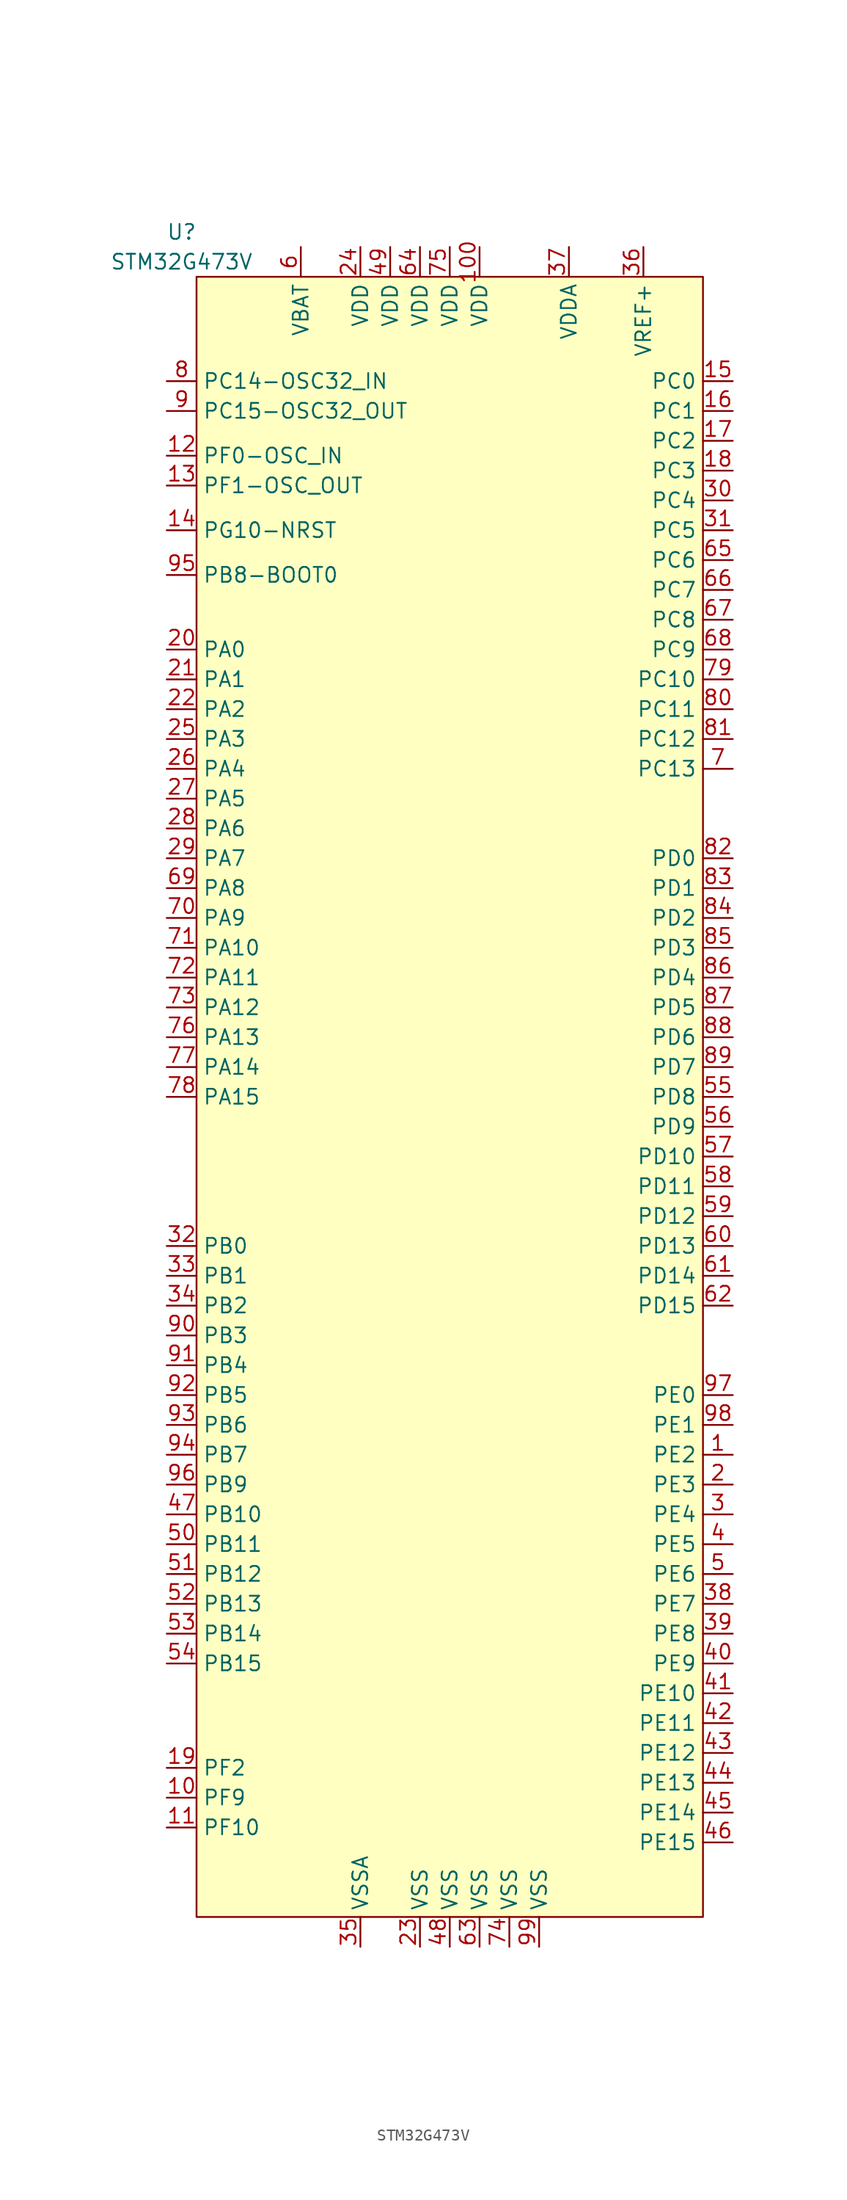
<source format=kicad_sym>
(kicad_symbol_lib
  (version 20210619)
  (generator kicad_symbol_editor)
  (symbol "project-lib:STM32G473V"
    (property "Reference" "U"
      (at -1.27 6.35 0)
      (effects (font (size 1.27 1.27))))
    (property "Value" "STM32G473V"
      (at -1.27 3.81 0)
      (effects (font (size 1.27 1.27))))
    (symbol "STM32G473V_0_0"
      (pin bidirectional line (at -2.54 -127 0) (length 2.54) (name "PF9" (effects (font (size 1.27 1.27)))) (number "10" (effects (font (size 1.27 1.27)))))
      (pin power_in line (at 24.13 5.08 270) (length 2.54) (name "VDD" (effects (font (size 1.27 1.27)))) (number "100" (effects (font (size 1.27 1.27)))))
      (pin bidirectional line (at -2.54 -129.54 0) (length 2.54) (name "PF10" (effects (font (size 1.27 1.27)))) (number "11" (effects (font (size 1.27 1.27)))))
      (pin bidirectional line (at -2.54 -12.7 0) (length 2.54) (name "PF0-OSC_IN" (effects (font (size 1.27 1.27)))) (number "12" (effects (font (size 1.27 1.27)))))
      (pin bidirectional line (at -2.54 -15.24 0) (length 2.54) (name "PF1-OSC_OUT" (effects (font (size 1.27 1.27)))) (number "13" (effects (font (size 1.27 1.27)))))
      (pin bidirectional line (at -2.54 -19.05 0) (length 2.54) (name "PG10-NRST" (effects (font (size 1.27 1.27)))) (number "14" (effects (font (size 1.27 1.27)))))
      (pin bidirectional line (at 45.72 -6.35 180) (length 2.54) (name "PC0" (effects (font (size 1.27 1.27)))) (number "15" (effects (font (size 1.27 1.27)))))
      (pin bidirectional line (at 45.72 -8.89 180) (length 2.54) (name "PC1" (effects (font (size 1.27 1.27)))) (number "16" (effects (font (size 1.27 1.27)))))
      (pin bidirectional line (at 45.72 -11.43 180) (length 2.54) (name "PC2" (effects (font (size 1.27 1.27)))) (number "17" (effects (font (size 1.27 1.27)))))
      (pin bidirectional line (at 45.72 -13.97 180) (length 2.54) (name "PC3" (effects (font (size 1.27 1.27)))) (number "18" (effects (font (size 1.27 1.27)))))
      (pin bidirectional line (at -2.54 -124.46 0) (length 2.54) (name "PF2" (effects (font (size 1.27 1.27)))) (number "19" (effects (font (size 1.27 1.27)))))
      (pin bidirectional line (at -2.54 -29.21 0) (length 2.54) (name "PA0" (effects (font (size 1.27 1.27)))) (number "20" (effects (font (size 1.27 1.27)))))
      (pin bidirectional line (at -2.54 -31.75 0) (length 2.54) (name "PA1" (effects (font (size 1.27 1.27)))) (number "21" (effects (font (size 1.27 1.27)))))
      (pin bidirectional line (at -2.54 -34.29 0) (length 2.54) (name "PA2" (effects (font (size 1.27 1.27)))) (number "22" (effects (font (size 1.27 1.27)))))
      (pin power_in line (at 19.05 -139.7 90) (length 2.54) (name "VSS" (effects (font (size 1.27 1.27)))) (number "23" (effects (font (size 1.27 1.27)))))
      (pin power_in line (at 13.97 5.08 270) (length 2.54) (name "VDD" (effects (font (size 1.27 1.27)))) (number "24" (effects (font (size 1.27 1.27)))))
      (pin bidirectional line (at -2.54 -36.83 0) (length 2.54) (name "PA3" (effects (font (size 1.27 1.27)))) (number "25" (effects (font (size 1.27 1.27)))))
      (pin bidirectional line (at -2.54 -39.37 0) (length 2.54) (name "PA4" (effects (font (size 1.27 1.27)))) (number "26" (effects (font (size 1.27 1.27)))))
      (pin bidirectional line (at -2.54 -41.91 0) (length 2.54) (name "PA5" (effects (font (size 1.27 1.27)))) (number "27" (effects (font (size 1.27 1.27)))))
      (pin bidirectional line (at -2.54 -44.45 0) (length 2.54) (name "PA6" (effects (font (size 1.27 1.27)))) (number "28" (effects (font (size 1.27 1.27)))))
      (pin bidirectional line (at -2.54 -46.99 0) (length 2.54) (name "PA7" (effects (font (size 1.27 1.27)))) (number "29" (effects (font (size 1.27 1.27)))))
      (pin bidirectional line (at 45.72 -16.51 180) (length 2.54) (name "PC4" (effects (font (size 1.27 1.27)))) (number "30" (effects (font (size 1.27 1.27)))))
      (pin bidirectional line (at 45.72 -19.05 180) (length 2.54) (name "PC5" (effects (font (size 1.27 1.27)))) (number "31" (effects (font (size 1.27 1.27)))))
      (pin bidirectional line (at -2.54 -80.01 0) (length 2.54) (name "PB0" (effects (font (size 1.27 1.27)))) (number "32" (effects (font (size 1.27 1.27)))))
      (pin bidirectional line (at -2.54 -82.55 0) (length 2.54) (name "PB1" (effects (font (size 1.27 1.27)))) (number "33" (effects (font (size 1.27 1.27)))))
      (pin bidirectional line (at -2.54 -85.09 0) (length 2.54) (name "PB2" (effects (font (size 1.27 1.27)))) (number "34" (effects (font (size 1.27 1.27)))))
      (pin power_in line (at 13.97 -139.7 90) (length 2.54) (name "VSSA" (effects (font (size 1.27 1.27)))) (number "35" (effects (font (size 1.27 1.27)))))
      (pin input line (at 38.1 5.08 270) (length 2.54) (name "VREF+" (effects (font (size 1.27 1.27)))) (number "36" (effects (font (size 1.27 1.27)))))
      (pin power_in line (at 31.75 5.08 270) (length 2.54) (name "VDDA" (effects (font (size 1.27 1.27)))) (number "37" (effects (font (size 1.27 1.27)))))
      (pin bidirectional line (at 45.72 -110.49 180) (length 2.54) (name "PE7" (effects (font (size 1.27 1.27)))) (number "38" (effects (font (size 1.27 1.27)))))
      (pin bidirectional line (at 45.72 -113.03 180) (length 2.54) (name "PE8" (effects (font (size 1.27 1.27)))) (number "39" (effects (font (size 1.27 1.27)))))
      (pin bidirectional line (at 45.72 -115.57 180) (length 2.54) (name "PE9" (effects (font (size 1.27 1.27)))) (number "40" (effects (font (size 1.27 1.27)))))
      (pin bidirectional line (at 45.72 -118.11 180) (length 2.54) (name "PE10" (effects (font (size 1.27 1.27)))) (number "41" (effects (font (size 1.27 1.27)))))
      (pin bidirectional line (at 45.72 -120.65 180) (length 2.54) (name "PE11" (effects (font (size 1.27 1.27)))) (number "42" (effects (font (size 1.27 1.27)))))
      (pin bidirectional line (at 45.72 -123.19 180) (length 2.54) (name "PE12" (effects (font (size 1.27 1.27)))) (number "43" (effects (font (size 1.27 1.27)))))
      (pin bidirectional line (at 45.72 -125.73 180) (length 2.54) (name "PE13" (effects (font (size 1.27 1.27)))) (number "44" (effects (font (size 1.27 1.27)))))
      (pin bidirectional line (at 45.72 -128.27 180) (length 2.54) (name "PE14" (effects (font (size 1.27 1.27)))) (number "45" (effects (font (size 1.27 1.27)))))
      (pin bidirectional line (at 45.72 -130.81 180) (length 2.54) (name "PE15" (effects (font (size 1.27 1.27)))) (number "46" (effects (font (size 1.27 1.27)))))
      (pin bidirectional line (at -2.54 -102.87 0) (length 2.54) (name "PB10" (effects (font (size 1.27 1.27)))) (number "47" (effects (font (size 1.27 1.27)))))
      (pin power_in line (at 21.59 -139.7 90) (length 2.54) (name "VSS" (effects (font (size 1.27 1.27)))) (number "48" (effects (font (size 1.27 1.27)))))
      (pin power_in line (at 16.51 5.08 270) (length 2.54) (name "VDD" (effects (font (size 1.27 1.27)))) (number "49" (effects (font (size 1.27 1.27)))))
      (pin bidirectional line (at 45.72 -107.95 180) (length 2.54) (name "PE6" (effects (font (size 1.27 1.27)))) (number "5" (effects (font (size 1.27 1.27)))))
      (pin bidirectional line (at -2.54 -105.41 0) (length 2.54) (name "PB11" (effects (font (size 1.27 1.27)))) (number "50" (effects (font (size 1.27 1.27)))))
      (pin bidirectional line (at -2.54 -107.95 0) (length 2.54) (name "PB12" (effects (font (size 1.27 1.27)))) (number "51" (effects (font (size 1.27 1.27)))))
      (pin bidirectional line (at -2.54 -110.49 0) (length 2.54) (name "PB13" (effects (font (size 1.27 1.27)))) (number "52" (effects (font (size 1.27 1.27)))))
      (pin bidirectional line (at -2.54 -113.03 0) (length 2.54) (name "PB14" (effects (font (size 1.27 1.27)))) (number "53" (effects (font (size 1.27 1.27)))))
      (pin bidirectional line (at -2.54 -115.57 0) (length 2.54) (name "PB15" (effects (font (size 1.27 1.27)))) (number "54" (effects (font (size 1.27 1.27)))))
      (pin bidirectional line (at 45.72 -67.31 180) (length 2.54) (name "PD8" (effects (font (size 1.27 1.27)))) (number "55" (effects (font (size 1.27 1.27)))))
      (pin bidirectional line (at 45.72 -69.85 180) (length 2.54) (name "PD9" (effects (font (size 1.27 1.27)))) (number "56" (effects (font (size 1.27 1.27)))))
      (pin bidirectional line (at 45.72 -72.39 180) (length 2.54) (name "PD10" (effects (font (size 1.27 1.27)))) (number "57" (effects (font (size 1.27 1.27)))))
      (pin bidirectional line (at 45.72 -74.93 180) (length 2.54) (name "PD11" (effects (font (size 1.27 1.27)))) (number "58" (effects (font (size 1.27 1.27)))))
      (pin bidirectional line (at 45.72 -77.47 180) (length 2.54) (name "PD12" (effects (font (size 1.27 1.27)))) (number "59" (effects (font (size 1.27 1.27)))))
      (pin power_in line (at 8.89 5.08 270) (length 2.54) (name "VBAT" (effects (font (size 1.27 1.27)))) (number "6" (effects (font (size 1.27 1.27)))))
      (pin bidirectional line (at 45.72 -80.01 180) (length 2.54) (name "PD13" (effects (font (size 1.27 1.27)))) (number "60" (effects (font (size 1.27 1.27)))))
      (pin bidirectional line (at 45.72 -82.55 180) (length 2.54) (name "PD14" (effects (font (size 1.27 1.27)))) (number "61" (effects (font (size 1.27 1.27)))))
      (pin bidirectional line (at 45.72 -85.09 180) (length 2.54) (name "PD15" (effects (font (size 1.27 1.27)))) (number "62" (effects (font (size 1.27 1.27)))))
      (pin power_in line (at 24.13 -139.7 90) (length 2.54) (name "VSS" (effects (font (size 1.27 1.27)))) (number "63" (effects (font (size 1.27 1.27)))))
      (pin power_in line (at 19.05 5.08 270) (length 2.54) (name "VDD" (effects (font (size 1.27 1.27)))) (number "64" (effects (font (size 1.27 1.27)))))
      (pin bidirectional line (at 45.72 -21.59 180) (length 2.54) (name "PC6" (effects (font (size 1.27 1.27)))) (number "65" (effects (font (size 1.27 1.27)))))
      (pin bidirectional line (at 45.72 -24.13 180) (length 2.54) (name "PC7" (effects (font (size 1.27 1.27)))) (number "66" (effects (font (size 1.27 1.27)))))
      (pin bidirectional line (at 45.72 -26.67 180) (length 2.54) (name "PC8" (effects (font (size 1.27 1.27)))) (number "67" (effects (font (size 1.27 1.27)))))
      (pin bidirectional line (at 45.72 -29.21 180) (length 2.54) (name "PC9" (effects (font (size 1.27 1.27)))) (number "68" (effects (font (size 1.27 1.27)))))
      (pin bidirectional line (at -2.54 -49.53 0) (length 2.54) (name "PA8" (effects (font (size 1.27 1.27)))) (number "69" (effects (font (size 1.27 1.27)))))
      (pin bidirectional line (at 45.72 -39.37 180) (length 2.54) (name "PC13" (effects (font (size 1.27 1.27)))) (number "7" (effects (font (size 1.27 1.27)))))
      (pin bidirectional line (at -2.54 -52.07 0) (length 2.54) (name "PA9" (effects (font (size 1.27 1.27)))) (number "70" (effects (font (size 1.27 1.27)))))
      (pin bidirectional line (at -2.54 -54.61 0) (length 2.54) (name "PA10" (effects (font (size 1.27 1.27)))) (number "71" (effects (font (size 1.27 1.27)))))
      (pin bidirectional line (at -2.54 -57.15 0) (length 2.54) (name "PA11" (effects (font (size 1.27 1.27)))) (number "72" (effects (font (size 1.27 1.27)))))
      (pin bidirectional line (at -2.54 -59.69 0) (length 2.54) (name "PA12" (effects (font (size 1.27 1.27)))) (number "73" (effects (font (size 1.27 1.27)))))
      (pin power_in line (at 26.67 -139.7 90) (length 2.54) (name "VSS" (effects (font (size 1.27 1.27)))) (number "74" (effects (font (size 1.27 1.27)))))
      (pin power_in line (at 21.59 5.08 270) (length 2.54) (name "VDD" (effects (font (size 1.27 1.27)))) (number "75" (effects (font (size 1.27 1.27)))))
      (pin bidirectional line (at -2.54 -62.23 0) (length 2.54) (name "PA13" (effects (font (size 1.27 1.27)))) (number "76" (effects (font (size 1.27 1.27)))))
      (pin bidirectional line (at -2.54 -64.77 0) (length 2.54) (name "PA14" (effects (font (size 1.27 1.27)))) (number "77" (effects (font (size 1.27 1.27)))))
      (pin bidirectional line (at -2.54 -67.31 0) (length 2.54) (name "PA15" (effects (font (size 1.27 1.27)))) (number "78" (effects (font (size 1.27 1.27)))))
      (pin bidirectional line (at 45.72 -31.75 180) (length 2.54) (name "PC10" (effects (font (size 1.27 1.27)))) (number "79" (effects (font (size 1.27 1.27)))))
      (pin bidirectional line (at -2.54 -6.35 0) (length 2.54) (name "PC14-OSC32_IN" (effects (font (size 1.27 1.27)))) (number "8" (effects (font (size 1.27 1.27)))))
      (pin bidirectional line (at 45.72 -34.29 180) (length 2.54) (name "PC11" (effects (font (size 1.27 1.27)))) (number "80" (effects (font (size 1.27 1.27)))))
      (pin bidirectional line (at 45.72 -36.83 180) (length 2.54) (name "PC12" (effects (font (size 1.27 1.27)))) (number "81" (effects (font (size 1.27 1.27)))))
      (pin bidirectional line (at 45.72 -46.99 180) (length 2.54) (name "PD0" (effects (font (size 1.27 1.27)))) (number "82" (effects (font (size 1.27 1.27)))))
      (pin bidirectional line (at 45.72 -49.53 180) (length 2.54) (name "PD1" (effects (font (size 1.27 1.27)))) (number "83" (effects (font (size 1.27 1.27)))))
      (pin bidirectional line (at 45.72 -52.07 180) (length 2.54) (name "PD2" (effects (font (size 1.27 1.27)))) (number "84" (effects (font (size 1.27 1.27)))))
      (pin bidirectional line (at 45.72 -54.61 180) (length 2.54) (name "PD3" (effects (font (size 1.27 1.27)))) (number "85" (effects (font (size 1.27 1.27)))))
      (pin bidirectional line (at 45.72 -57.15 180) (length 2.54) (name "PD4" (effects (font (size 1.27 1.27)))) (number "86" (effects (font (size 1.27 1.27)))))
      (pin bidirectional line (at 45.72 -59.69 180) (length 2.54) (name "PD5" (effects (font (size 1.27 1.27)))) (number "87" (effects (font (size 1.27 1.27)))))
      (pin bidirectional line (at 45.72 -62.23 180) (length 2.54) (name "PD6" (effects (font (size 1.27 1.27)))) (number "88" (effects (font (size 1.27 1.27)))))
      (pin bidirectional line (at 45.72 -64.77 180) (length 2.54) (name "PD7" (effects (font (size 1.27 1.27)))) (number "89" (effects (font (size 1.27 1.27)))))
      (pin bidirectional line (at -2.54 -8.89 0) (length 2.54) (name "PC15-OSC32_OUT" (effects (font (size 1.27 1.27)))) (number "9" (effects (font (size 1.27 1.27)))))
      (pin bidirectional line (at -2.54 -87.63 0) (length 2.54) (name "PB3" (effects (font (size 1.27 1.27)))) (number "90" (effects (font (size 1.27 1.27)))))
      (pin bidirectional line (at -2.54 -90.17 0) (length 2.54) (name "PB4" (effects (font (size 1.27 1.27)))) (number "91" (effects (font (size 1.27 1.27)))))
      (pin bidirectional line (at -2.54 -92.71 0) (length 2.54) (name "PB5" (effects (font (size 1.27 1.27)))) (number "92" (effects (font (size 1.27 1.27)))))
      (pin bidirectional line (at -2.54 -95.25 0) (length 2.54) (name "PB6" (effects (font (size 1.27 1.27)))) (number "93" (effects (font (size 1.27 1.27)))))
      (pin bidirectional line (at -2.54 -97.79 0) (length 2.54) (name "PB7" (effects (font (size 1.27 1.27)))) (number "94" (effects (font (size 1.27 1.27)))))
      (pin bidirectional line (at -2.54 -22.86 0) (length 2.54) (name "PB8-BOOT0" (effects (font (size 1.27 1.27)))) (number "95" (effects (font (size 1.27 1.27)))))
      (pin bidirectional line (at -2.54 -100.33 0) (length 2.54) (name "PB9" (effects (font (size 1.27 1.27)))) (number "96" (effects (font (size 1.27 1.27)))))
      (pin bidirectional line (at 45.72 -92.71 180) (length 2.54) (name "PE0" (effects (font (size 1.27 1.27)))) (number "97" (effects (font (size 1.27 1.27)))))
      (pin bidirectional line (at 45.72 -95.25 180) (length 2.54) (name "PE1" (effects (font (size 1.27 1.27)))) (number "98" (effects (font (size 1.27 1.27)))))
      (pin power_in line (at 29.21 -139.7 90) (length 2.54) (name "VSS" (effects (font (size 1.27 1.27)))) (number "99" (effects (font (size 1.27 1.27))))))
    (symbol "STM32G473V_0_1"
      (rectangle (start 0 2.54) (end 43.18 -137.16) (stroke (width 0.152)) (fill (type background))))
    (symbol "STM32G473V_1_1"
      (pin bidirectional line (at 45.72 -97.79 180) (length 2.54) (name "PE2" (effects (font (size 1.27 1.27)))) (number "1" (effects (font (size 1.27 1.27)))))
      (pin bidirectional line (at 45.72 -100.33 180) (length 2.54) (name "PE3" (effects (font (size 1.27 1.27)))) (number "2" (effects (font (size 1.27 1.27)))))
      (pin bidirectional line (at 45.72 -102.87 180) (length 2.54) (name "PE4" (effects (font (size 1.27 1.27)))) (number "3" (effects (font (size 1.27 1.27)))))
      (pin bidirectional line (at 45.72 -105.41 180) (length 2.54) (name "PE5" (effects (font (size 1.27 1.27)))) (number "4" (effects (font (size 1.27 1.27))))))))
</source>
